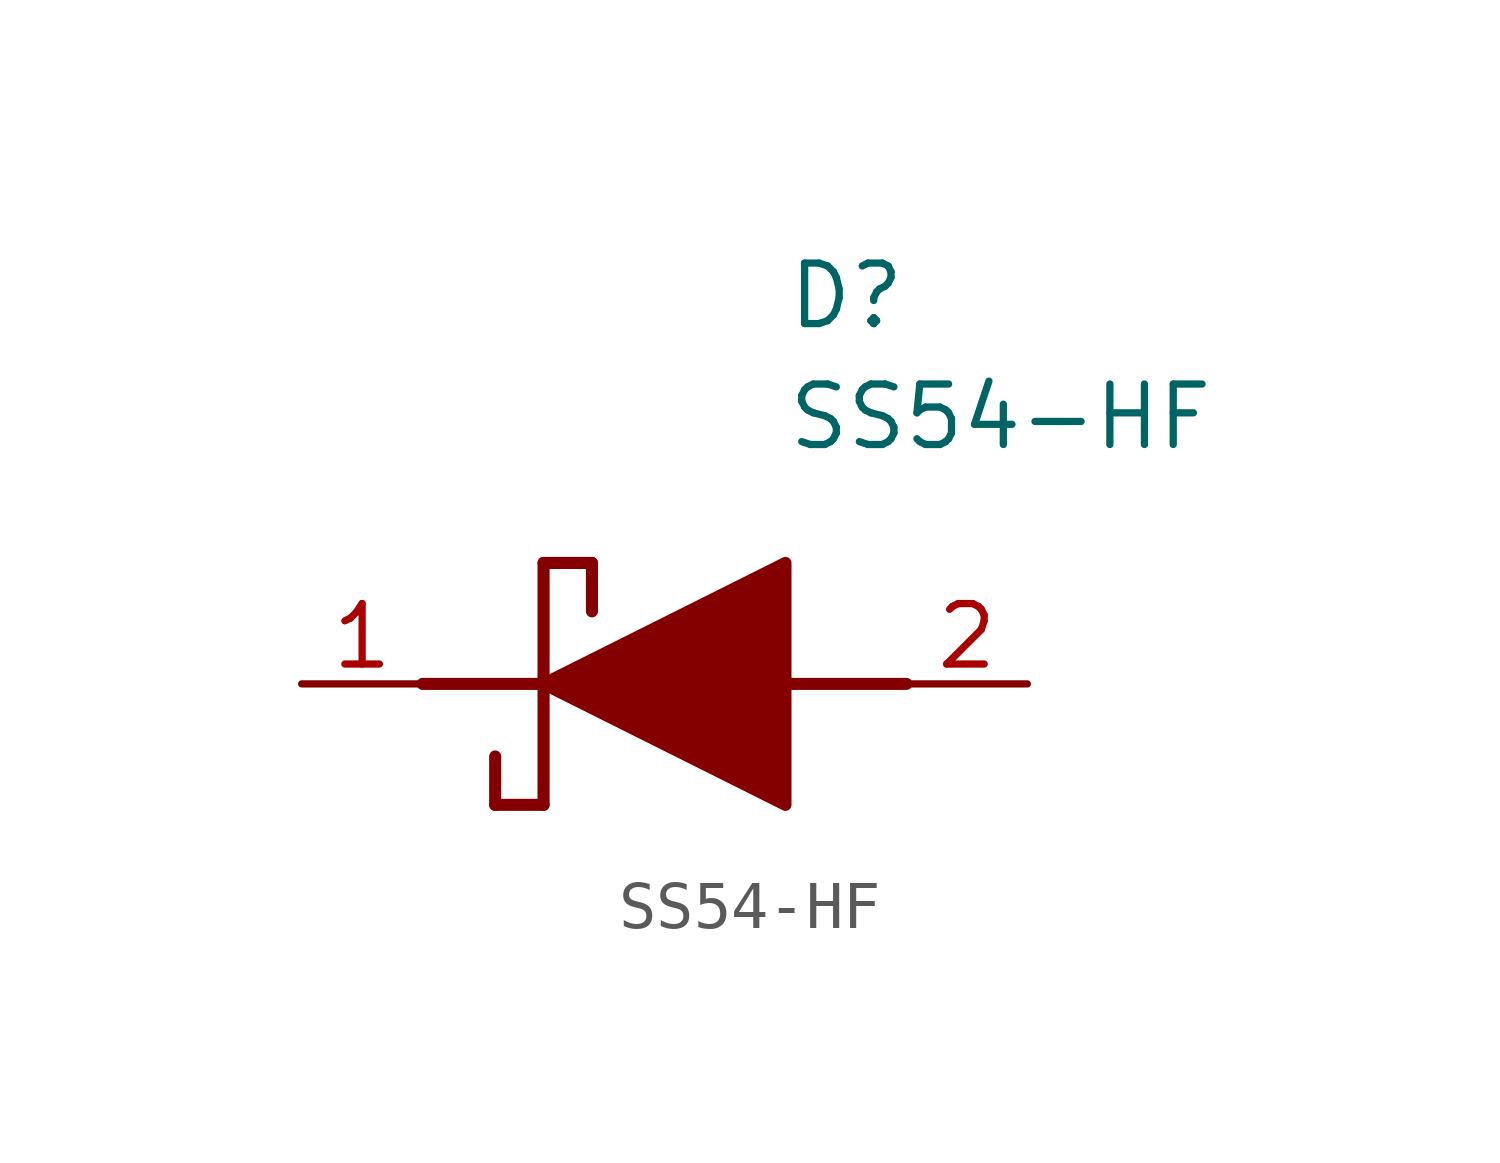
<source format=kicad_sym>
(kicad_symbol_lib
  (version 20241209)
  (generator "kicad_symbol_editor")
  (generator_version "9.0")
  (symbol "SS54-HF"
    (pin_names
      (hide yes))
    (property "Reference" "D"
      (at 12.7 8.89 0)
      (effects (font (size 1.27 1.27)) (justify left top)))
    (property "Value" "SS54-HF"
      (at 12.7 6.35 0)
      (effects (font (size 1.27 1.27)) (justify left top)))
    (symbol "SS54-HF_1_1"
      (polyline (pts (xy 5.08 0) (xy 7.62 0)) (stroke (width 0.254) (type default)) (fill (type none)))
      (polyline (pts (xy 6.604 -1.524) (xy 6.604 -2.54)) (stroke (width 0.254) (type default)) (fill (type none)))
      (polyline (pts (xy 7.62 2.54) (xy 7.62 -2.54)) (stroke (width 0.254) (type default)) (fill (type none)))
      (polyline (pts (xy 7.62 2.54) (xy 8.636 2.54)) (stroke (width 0.254) (type default)) (fill (type none)))
      (polyline (pts (xy 7.62 0) (xy 12.7 2.54) (xy 12.7 -2.54) (xy 7.62 0)) (stroke (width 0.254) (type default)) (fill (type outline)))
      (polyline (pts (xy 7.62 -2.54) (xy 6.604 -2.54)) (stroke (width 0.254) (type default)) (fill (type none)))
      (polyline (pts (xy 8.636 1.524) (xy 8.636 2.54)) (stroke (width 0.254) (type default)) (fill (type none)))
      (polyline (pts (xy 12.7 0) (xy 15.24 0)) (stroke (width 0.254) (type default)) (fill (type none)))
      (pin passive line (at 2.54 0 0) (length 2.54) (name "K" (effects (font (size 1.27 1.27)))) (number "1" (effects (font (size 1.27 1.27)))))
      (pin passive line (at 17.78 0 180) (length 2.54) (name "A" (effects (font (size 1.27 1.27)))) (number "2" (effects (font (size 1.27 1.27))))))))
</source>
